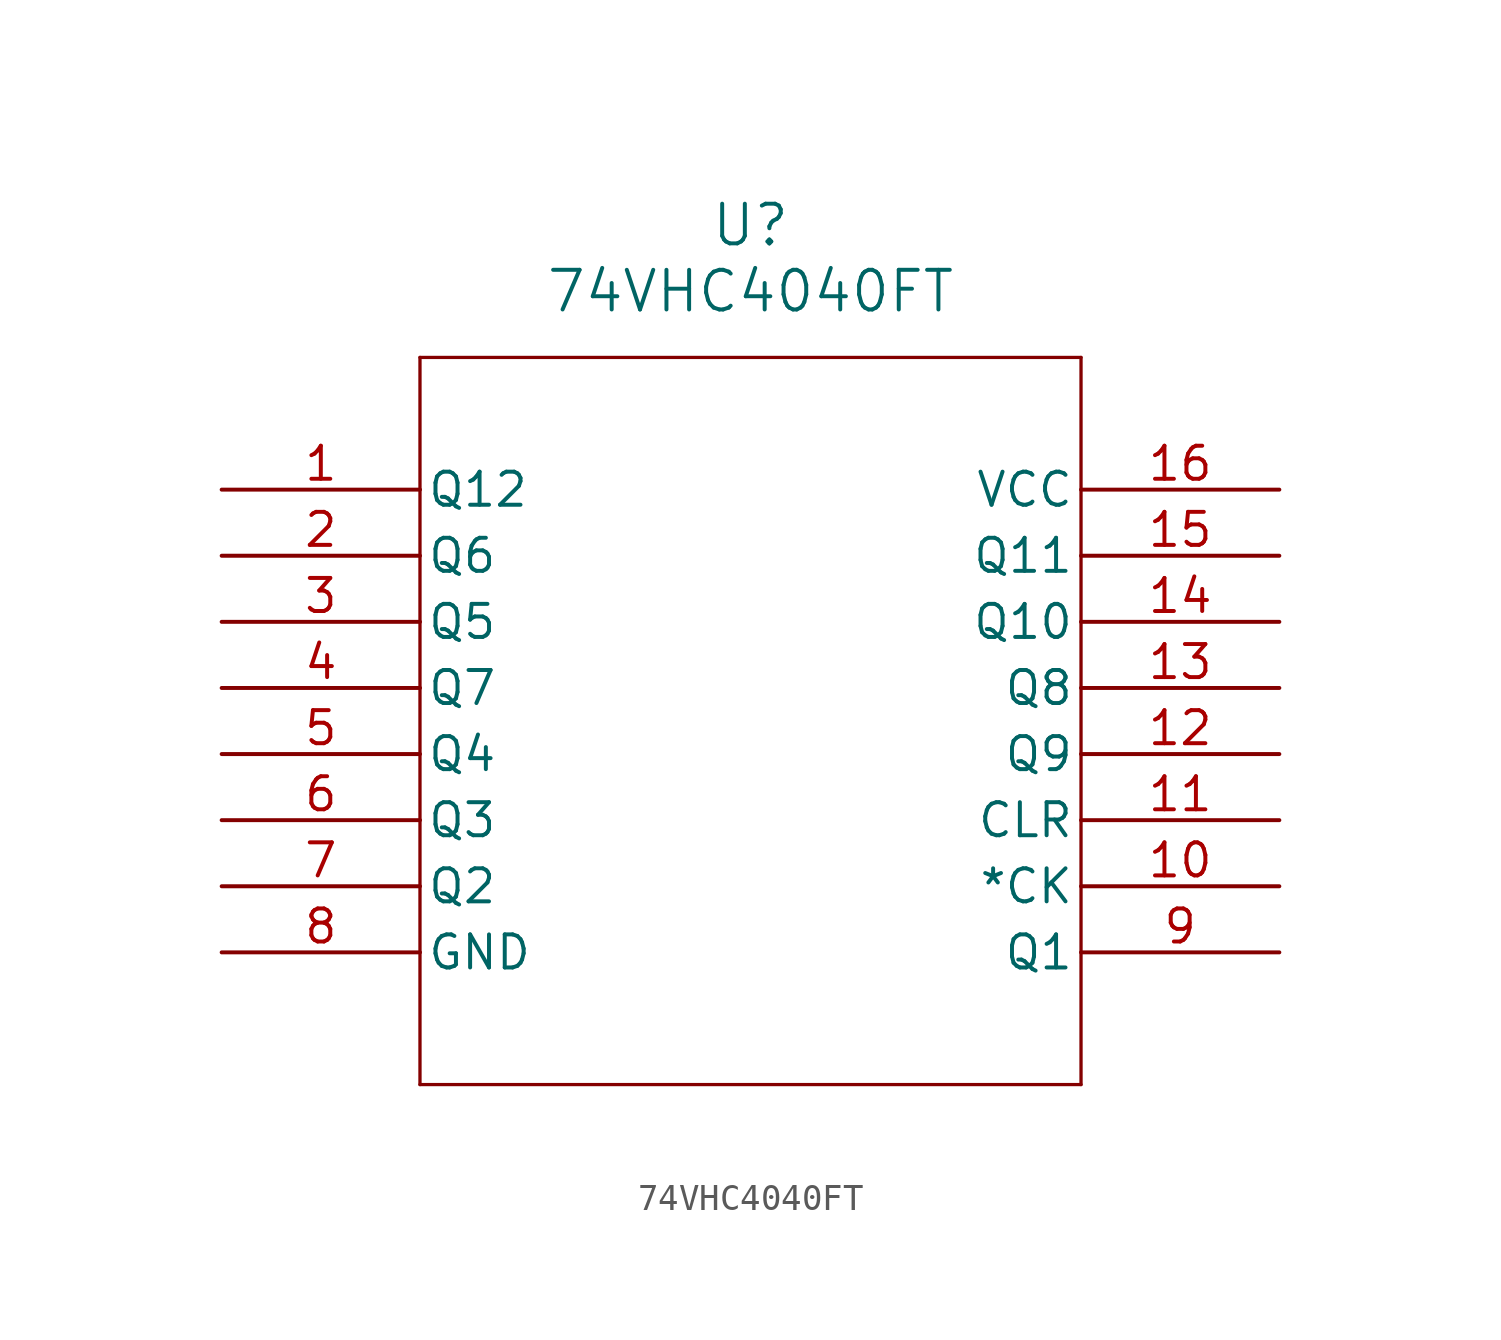
<source format=kicad_sym>
(kicad_symbol_lib
  (version 20211014)
  (generator kicad_symbol_editor)
  (symbol "74VHC4040FT"
    (pin_names
      (offset 0.254))
    (property "Reference" "U"
      (at 20.32 10.16 0)
      (effects (font (size 1.524 1.524))))
    (property "Value" "74VHC4040FT"
      (at 20.32 7.62 0)
      (effects (font (size 1.524 1.524))))
    (symbol "74VHC4040FT_0_1"
      (polyline (pts (xy 7.62 5.08) (xy 7.62 -22.86)) (stroke (width 0.127) (type default) (color 0 0 0 0)) (fill (type none)))
      (polyline (pts (xy 7.62 -22.86) (xy 33.02 -22.86)) (stroke (width 0.127) (type default) (color 0 0 0 0)) (fill (type none)))
      (polyline (pts (xy 33.02 -22.86) (xy 33.02 5.08)) (stroke (width 0.127) (type default) (color 0 0 0 0)) (fill (type none)))
      (polyline (pts (xy 33.02 5.08) (xy 7.62 5.08)) (stroke (width 0.127) (type default) (color 0 0 0 0)) (fill (type none)))
      (pin unspecified line (at 0 0 0) (length 7.62) (name "Q12" (effects (font (size 1.27 1.27)))) (number "1" (effects (font (size 1.27 1.27)))))
      (pin unspecified line (at 0 -2.54 0) (length 7.62) (name "Q6" (effects (font (size 1.27 1.27)))) (number "2" (effects (font (size 1.27 1.27)))))
      (pin unspecified line (at 0 -5.08 0) (length 7.62) (name "Q5" (effects (font (size 1.27 1.27)))) (number "3" (effects (font (size 1.27 1.27)))))
      (pin unspecified line (at 0 -7.62 0) (length 7.62) (name "Q7" (effects (font (size 1.27 1.27)))) (number "4" (effects (font (size 1.27 1.27)))))
      (pin unspecified line (at 0 -10.16 0) (length 7.62) (name "Q4" (effects (font (size 1.27 1.27)))) (number "5" (effects (font (size 1.27 1.27)))))
      (pin unspecified line (at 0 -12.7 0) (length 7.62) (name "Q3" (effects (font (size 1.27 1.27)))) (number "6" (effects (font (size 1.27 1.27)))))
      (pin unspecified line (at 0 -15.24 0) (length 7.62) (name "Q2" (effects (font (size 1.27 1.27)))) (number "7" (effects (font (size 1.27 1.27)))))
      (pin unspecified line (at 0 -17.78 0) (length 7.62) (name "GND" (effects (font (size 1.27 1.27)))) (number "8" (effects (font (size 1.27 1.27)))))
      (pin unspecified line (at 40.64 -17.78 180) (length 7.62) (name "Q1" (effects (font (size 1.27 1.27)))) (number "9" (effects (font (size 1.27 1.27)))))
      (pin unspecified line (at 40.64 -15.24 180) (length 7.62) (name "*CK" (effects (font (size 1.27 1.27)))) (number "10" (effects (font (size 1.27 1.27)))))
      (pin unspecified line (at 40.64 -12.7 180) (length 7.62) (name "CLR" (effects (font (size 1.27 1.27)))) (number "11" (effects (font (size 1.27 1.27)))))
      (pin unspecified line (at 40.64 -10.16 180) (length 7.62) (name "Q9" (effects (font (size 1.27 1.27)))) (number "12" (effects (font (size 1.27 1.27)))))
      (pin unspecified line (at 40.64 -7.62 180) (length 7.62) (name "Q8" (effects (font (size 1.27 1.27)))) (number "13" (effects (font (size 1.27 1.27)))))
      (pin unspecified line (at 40.64 -5.08 180) (length 7.62) (name "Q10" (effects (font (size 1.27 1.27)))) (number "14" (effects (font (size 1.27 1.27)))))
      (pin unspecified line (at 40.64 -2.54 180) (length 7.62) (name "Q11" (effects (font (size 1.27 1.27)))) (number "15" (effects (font (size 1.27 1.27)))))
      (pin unspecified line (at 40.64 0 180) (length 7.62) (name "VCC" (effects (font (size 1.27 1.27)))) (number "16" (effects (font (size 1.27 1.27))))))))
</source>
